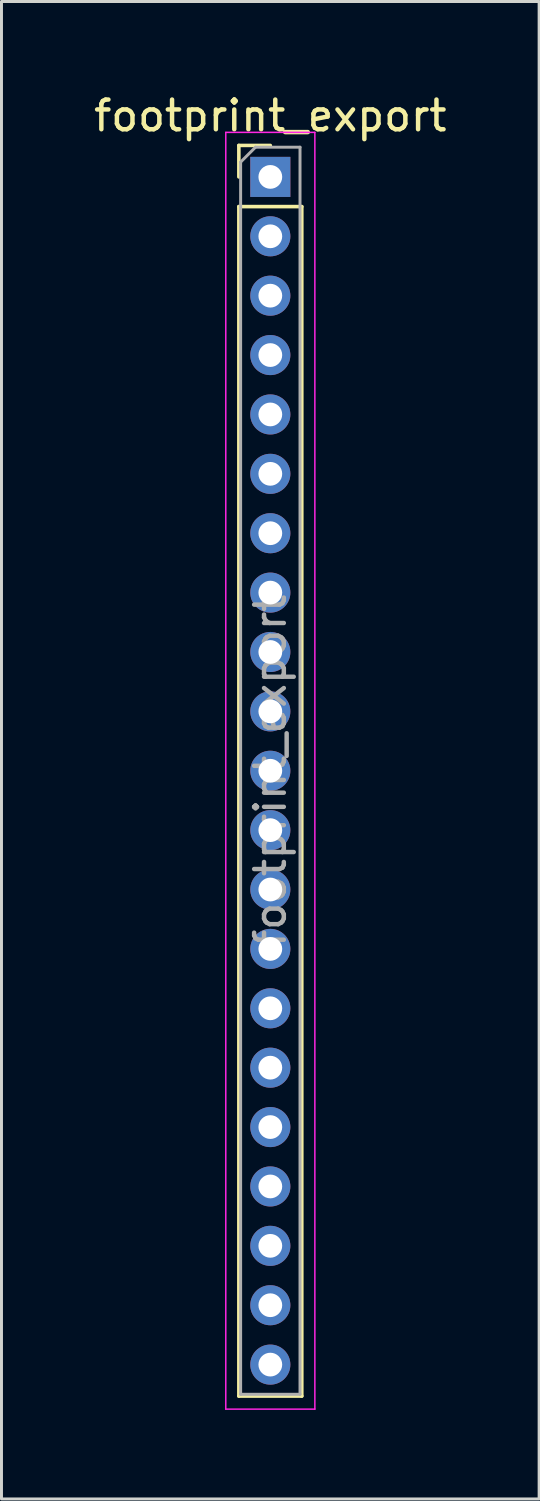
<source format=kicad_pcb>
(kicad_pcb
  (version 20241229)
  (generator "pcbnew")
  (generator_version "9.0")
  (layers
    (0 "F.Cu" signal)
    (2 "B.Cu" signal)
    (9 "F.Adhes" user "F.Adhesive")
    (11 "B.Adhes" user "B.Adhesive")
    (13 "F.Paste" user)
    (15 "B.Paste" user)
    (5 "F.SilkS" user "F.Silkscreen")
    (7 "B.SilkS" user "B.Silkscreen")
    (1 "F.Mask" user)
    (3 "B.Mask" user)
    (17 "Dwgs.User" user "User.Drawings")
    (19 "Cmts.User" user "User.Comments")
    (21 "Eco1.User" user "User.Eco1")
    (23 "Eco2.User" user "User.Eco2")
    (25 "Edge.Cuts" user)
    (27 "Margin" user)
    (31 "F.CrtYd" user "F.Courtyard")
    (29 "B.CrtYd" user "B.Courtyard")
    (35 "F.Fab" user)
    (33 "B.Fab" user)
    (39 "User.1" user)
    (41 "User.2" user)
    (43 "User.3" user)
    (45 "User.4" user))
  (footprint "footprint_export"
    (layer "F.Cu")
    (at 6.054 2.908)
    (property "Reference" "footprint_export" (at 0 -2.06 0) (layer "F.SilkS") (effects (font (size 1 1) (thickness 0.15))))
    (attr through_hole)
    (fp_line (start -1.06 -1.06) (end 0 -1.06) (stroke (width 0.12) (type solid)) (layer "F.SilkS"))
    (fp_line (start -1.06 0) (end -1.06 -1.06) (stroke (width 0.12) (type solid)) (layer "F.SilkS"))
    (fp_line (start -1.06 1) (end -1.06 41.06) (stroke (width 0.12) (type solid)) (layer "F.SilkS"))
    (fp_line (start -1.06 1) (end 1.06 1) (stroke (width 0.12) (type solid)) (layer "F.SilkS"))
    (fp_line (start -1.06 41.06) (end 1.06 41.06) (stroke (width 0.12) (type solid)) (layer "F.SilkS"))
    (fp_line (start 1.06 1) (end 1.06 41.06) (stroke (width 0.12) (type solid)) (layer "F.SilkS"))
    (fp_line (start -1.5 -1.5) (end -1.5 41.5) (stroke (width 0.05) (type solid)) (layer "F.CrtYd"))
    (fp_line (start -1.5 41.5) (end 1.5 41.5) (stroke (width 0.05) (type solid)) (layer "F.CrtYd"))
    (fp_line (start 1.5 -1.5) (end -1.5 -1.5) (stroke (width 0.05) (type solid)) (layer "F.CrtYd"))
    (fp_line (start 1.5 41.5) (end 1.5 -1.5) (stroke (width 0.05) (type solid)) (layer "F.CrtYd"))
    (fp_line (start -1 -0.5) (end -0.5 -1) (stroke (width 0.1) (type solid)) (layer "F.Fab"))
    (fp_line (start -1 41) (end -1 -0.5) (stroke (width 0.1) (type solid)) (layer "F.Fab"))
    (fp_line (start -0.5 -1) (end 1 -1) (stroke (width 0.1) (type solid)) (layer "F.Fab"))
    (fp_line (start 1 -1) (end 1 41) (stroke (width 0.1) (type solid)) (layer "F.Fab"))
    (fp_line (start 1 41) (end -1 41) (stroke (width 0.1) (type solid)) (layer "F.Fab"))
    (fp_text user "${REFERENCE}" (at 0 20 90) (layer "F.Fab") (effects (font (size 1 1) (thickness 0.15))))
    (pad "1" thru_hole rect (at 0 0) (size 1.35 1.35) (drill 0.8) (layers "*.Cu" "*.Mask"))
    (pad "2" thru_hole oval (at 0 2) (size 1.35 1.35) (drill 0.8) (layers "*.Cu" "*.Mask"))
    (pad "3" thru_hole oval (at 0 4) (size 1.35 1.35) (drill 0.8) (layers "*.Cu" "*.Mask"))
    (pad "4" thru_hole oval (at 0 6) (size 1.35 1.35) (drill 0.8) (layers "*.Cu" "*.Mask"))
    (pad "5" thru_hole oval (at 0 8) (size 1.35 1.35) (drill 0.8) (layers "*.Cu" "*.Mask"))
    (pad "6" thru_hole oval (at 0 10) (size 1.35 1.35) (drill 0.8) (layers "*.Cu" "*.Mask"))
    (pad "7" thru_hole oval (at 0 12) (size 1.35 1.35) (drill 0.8) (layers "*.Cu" "*.Mask"))
    (pad "8" thru_hole oval (at 0 14) (size 1.35 1.35) (drill 0.8) (layers "*.Cu" "*.Mask"))
    (pad "9" thru_hole oval (at 0 16) (size 1.35 1.35) (drill 0.8) (layers "*.Cu" "*.Mask"))
    (pad "10" thru_hole oval (at 0 18) (size 1.35 1.35) (drill 0.8) (layers "*.Cu" "*.Mask"))
    (pad "11" thru_hole oval (at 0 20) (size 1.35 1.35) (drill 0.8) (layers "*.Cu" "*.Mask"))
    (pad "12" thru_hole oval (at 0 22) (size 1.35 1.35) (drill 0.8) (layers "*.Cu" "*.Mask"))
    (pad "13" thru_hole oval (at 0 24) (size 1.35 1.35) (drill 0.8) (layers "*.Cu" "*.Mask"))
    (pad "14" thru_hole oval (at 0 26) (size 1.35 1.35) (drill 0.8) (layers "*.Cu" "*.Mask"))
    (pad "15" thru_hole oval (at 0 28) (size 1.35 1.35) (drill 0.8) (layers "*.Cu" "*.Mask"))
    (pad "16" thru_hole oval (at 0 30) (size 1.35 1.35) (drill 0.8) (layers "*.Cu" "*.Mask"))
    (pad "17" thru_hole oval (at 0 32) (size 1.35 1.35) (drill 0.8) (layers "*.Cu" "*.Mask"))
    (pad "18" thru_hole oval (at 0 34) (size 1.35 1.35) (drill 0.8) (layers "*.Cu" "*.Mask"))
    (pad "19" thru_hole oval (at 0 36) (size 1.35 1.35) (drill 0.8) (layers "*.Cu" "*.Mask"))
    (pad "20" thru_hole oval (at 0 38) (size 1.35 1.35) (drill 0.8) (layers "*.Cu" "*.Mask"))
    (pad "21" thru_hole oval (at 0 40) (size 1.35 1.35) (drill 0.8) (layers "*.Cu" "*.Mask")))
  (gr_rect
    (start -3 -3)
    (end 15.107 47.433)
    (stroke (width 0.1) (type default))
    (fill no)
    (layer "Edge.Cuts")))
</source>
